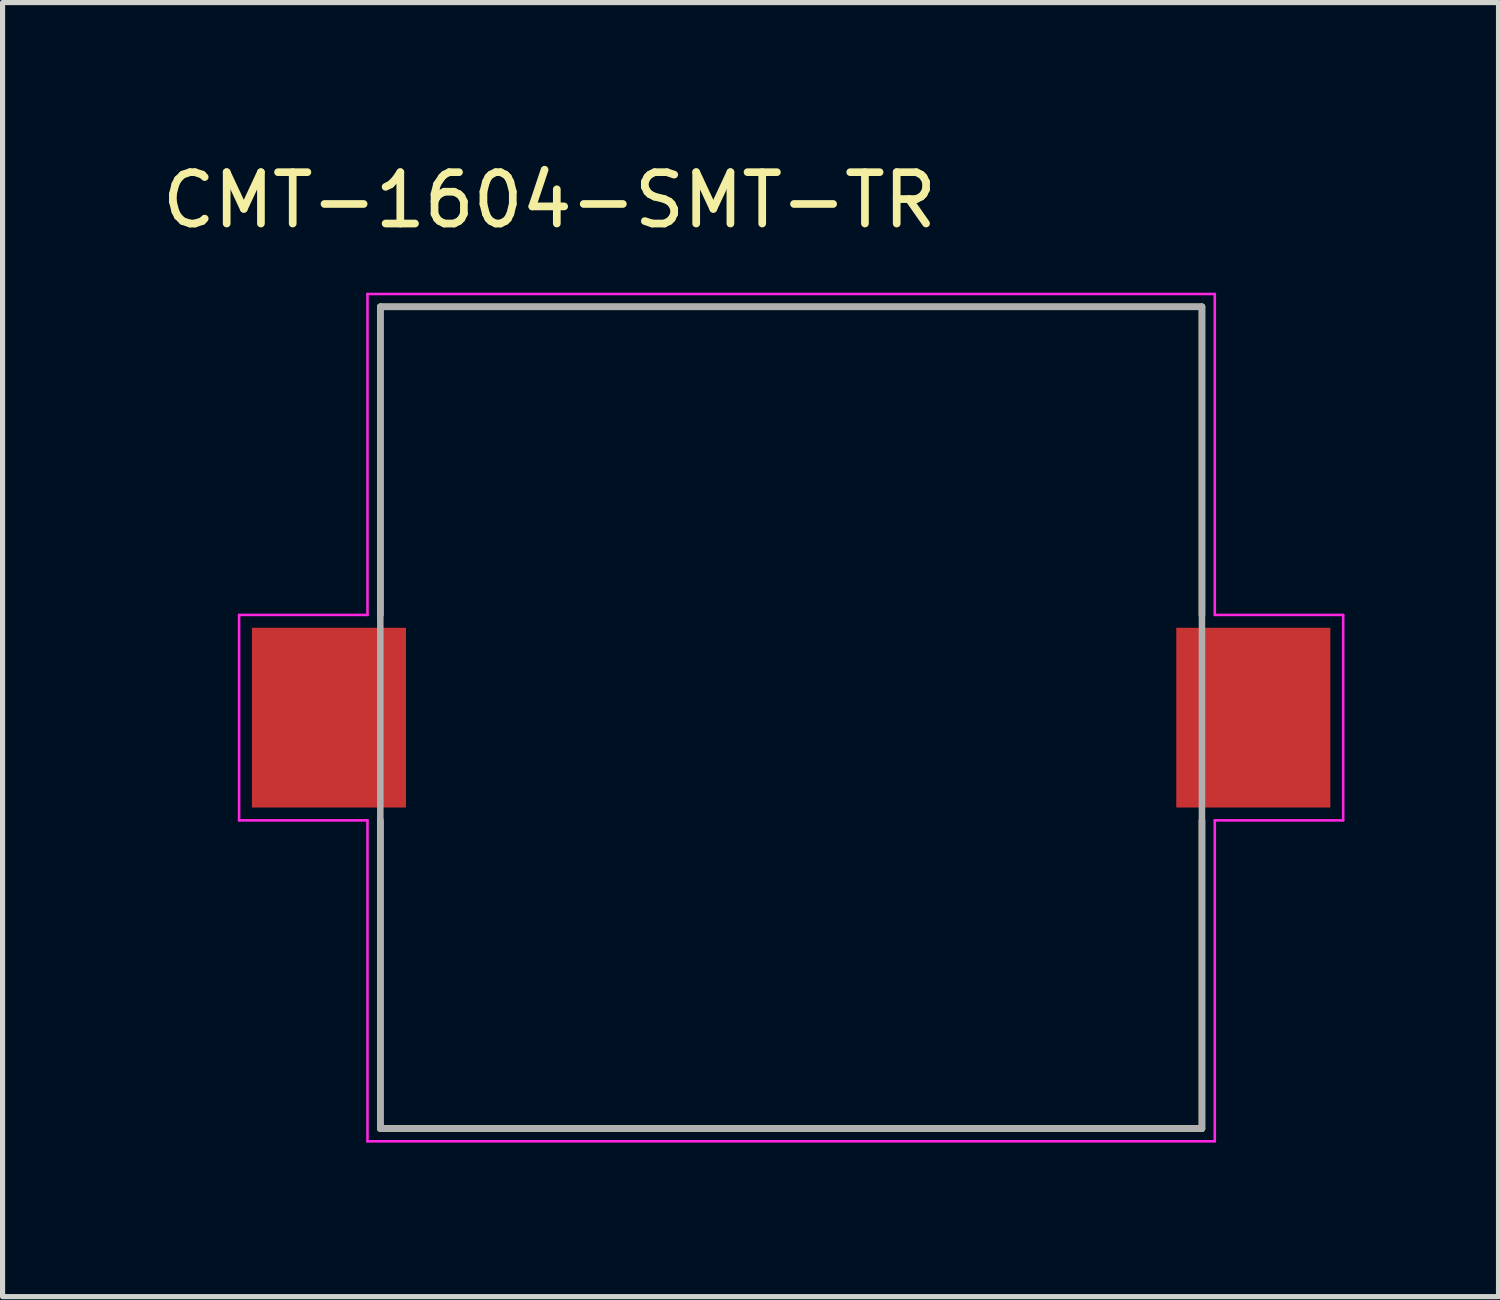
<source format=kicad_pcb>
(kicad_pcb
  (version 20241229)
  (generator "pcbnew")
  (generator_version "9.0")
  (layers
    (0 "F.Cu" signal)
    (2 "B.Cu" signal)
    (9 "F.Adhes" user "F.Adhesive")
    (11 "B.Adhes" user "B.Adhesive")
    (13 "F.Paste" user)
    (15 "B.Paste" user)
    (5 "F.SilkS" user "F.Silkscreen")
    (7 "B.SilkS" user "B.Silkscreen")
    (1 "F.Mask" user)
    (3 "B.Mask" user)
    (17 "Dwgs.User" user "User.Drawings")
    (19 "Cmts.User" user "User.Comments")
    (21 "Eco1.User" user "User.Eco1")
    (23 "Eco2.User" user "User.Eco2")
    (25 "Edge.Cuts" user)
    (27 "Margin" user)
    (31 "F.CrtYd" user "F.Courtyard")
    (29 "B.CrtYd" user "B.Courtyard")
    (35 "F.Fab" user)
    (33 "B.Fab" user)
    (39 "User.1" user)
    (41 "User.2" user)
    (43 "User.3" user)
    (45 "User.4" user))
  (footprint "CMT-1604-SMT-TR"
    (layer "F.Cu")
    (at 12.356 10.925)
    (property "Reference" "CMT-1604-SMT-TR" (at -4.706 -10.077 0) (layer "F.SilkS") (effects (font (size 1 1) (thickness 0.15))))
    (attr smd)
    (fp_line (start -8 -8) (end -8 -2) (stroke (width 0.127) (type solid)) (layer "F.SilkS"))
    (fp_line (start -8 -8) (end 8 -8) (stroke (width 0.127) (type solid)) (layer "F.SilkS"))
    (fp_line (start -8 2) (end -8 8) (stroke (width 0.127) (type solid)) (layer "F.SilkS"))
    (fp_line (start 8 -8) (end 8 -2) (stroke (width 0.127) (type solid)) (layer "F.SilkS"))
    (fp_line (start 8 2) (end 8 8) (stroke (width 0.127) (type solid)) (layer "F.SilkS"))
    (fp_line (start 8 8) (end -8 8) (stroke (width 0.127) (type solid)) (layer "F.SilkS"))
    (fp_line (start -10.75 -2) (end -10.75 2) (stroke (width 0.05) (type solid)) (layer "F.CrtYd"))
    (fp_line (start -10.75 -2) (end -8.25 -2) (stroke (width 0.05) (type solid)) (layer "F.CrtYd"))
    (fp_line (start -10.75 2) (end -8.25 2) (stroke (width 0.05) (type solid)) (layer "F.CrtYd"))
    (fp_line (start -8.25 -2) (end -8.25 -8.25) (stroke (width 0.05) (type solid)) (layer "F.CrtYd"))
    (fp_line (start -8.25 2) (end -8.25 8.25) (stroke (width 0.05) (type solid)) (layer "F.CrtYd"))
    (fp_line (start -8.25 8.25) (end 8.25 8.25) (stroke (width 0.05) (type solid)) (layer "F.CrtYd"))
    (fp_line (start 8.25 -8.25) (end -8.25 -8.25) (stroke (width 0.05) (type solid)) (layer "F.CrtYd"))
    (fp_line (start 8.25 -2) (end 8.25 -8.25) (stroke (width 0.05) (type solid)) (layer "F.CrtYd"))
    (fp_line (start 8.25 -2) (end 10.75 -2) (stroke (width 0.05) (type solid)) (layer "F.CrtYd"))
    (fp_line (start 8.25 2) (end 10.75 2) (stroke (width 0.05) (type solid)) (layer "F.CrtYd"))
    (fp_line (start 8.25 8.25) (end 8.25 2) (stroke (width 0.05) (type solid)) (layer "F.CrtYd"))
    (fp_line (start 10.75 2) (end 10.75 -2) (stroke (width 0.05) (type solid)) (layer "F.CrtYd"))
    (fp_line (start -8 -8) (end 8 -8) (stroke (width 0.127) (type solid)) (layer "F.Fab"))
    (fp_line (start -8 8) (end -8 -8) (stroke (width 0.127) (type solid)) (layer "F.Fab"))
    (fp_line (start 8 -8) (end 8 8) (stroke (width 0.127) (type solid)) (layer "F.Fab"))
    (fp_line (start 8 8) (end -8 8) (stroke (width 0.127) (type solid)) (layer "F.Fab"))
    (pad "1" smd rect (at -9 0) (size 3 3.5) (layers "F.Cu" "F.Mask" "F.Paste"))
    (pad "2" smd rect (at 9 0) (size 3 3.5) (layers "F.Cu" "F.Mask" "F.Paste")))
  (gr_rect
    (start -3 -3)
    (end 26.131 22.2)
    (stroke (width 0.1) (type default))
    (fill no)
    (layer "Edge.Cuts")))
</source>
